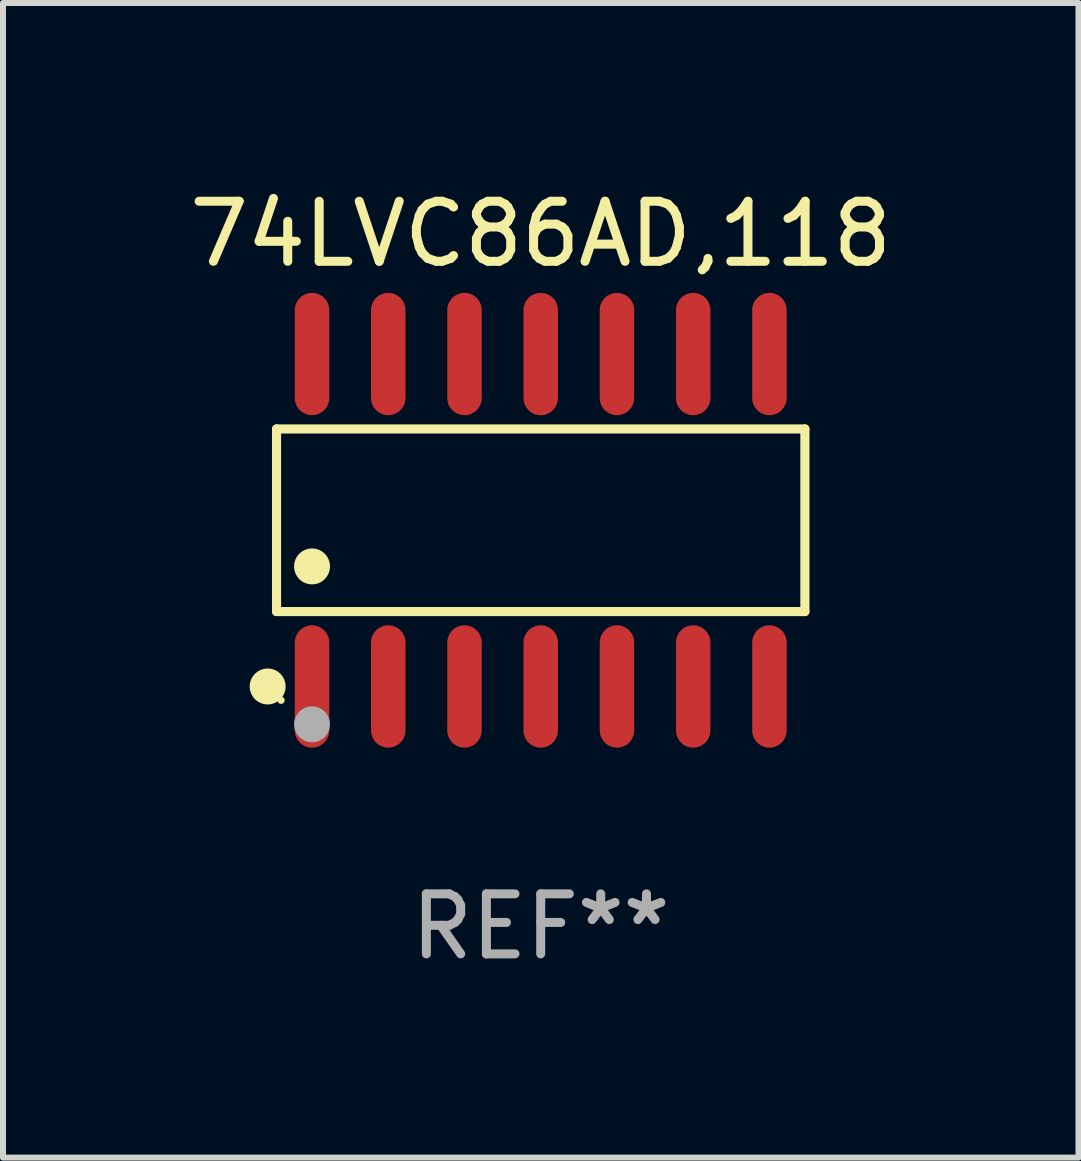
<source format=kicad_pcb>
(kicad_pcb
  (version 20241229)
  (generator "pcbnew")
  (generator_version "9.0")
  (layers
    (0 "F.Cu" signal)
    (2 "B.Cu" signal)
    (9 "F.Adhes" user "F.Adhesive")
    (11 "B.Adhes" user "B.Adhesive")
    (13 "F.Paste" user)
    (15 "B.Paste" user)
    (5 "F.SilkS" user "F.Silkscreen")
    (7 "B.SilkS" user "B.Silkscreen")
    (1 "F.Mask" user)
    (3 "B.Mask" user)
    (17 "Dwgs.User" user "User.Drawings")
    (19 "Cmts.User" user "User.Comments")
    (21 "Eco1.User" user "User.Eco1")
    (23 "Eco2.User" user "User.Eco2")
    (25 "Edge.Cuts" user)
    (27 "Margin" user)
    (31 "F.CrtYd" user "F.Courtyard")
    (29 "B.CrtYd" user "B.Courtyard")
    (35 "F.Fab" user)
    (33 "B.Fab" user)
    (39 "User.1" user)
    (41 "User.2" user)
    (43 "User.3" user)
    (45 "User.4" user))
  (footprint "74LVC86AD,118"
    (layer "F.Cu")
    (at 5.958 5.617)
    (property "Reference" "74LVC86AD,118" (at 0 -4.769 0) (layer "F.SilkS") (effects (font (size 1 1) (thickness 0.15))))
    (attr through_hole)
    (fp_line (start -4.401 -1.521) (end 4.401 -1.521) (stroke (width 0.152) (type solid)) (layer "F.SilkS"))
    (fp_line (start -4.401 1.521) (end -4.401 -1.521) (stroke (width 0.152) (type solid)) (layer "F.SilkS"))
    (fp_line (start 4.401 -1.521) (end 4.401 1.521) (stroke (width 0.152) (type solid)) (layer "F.SilkS"))
    (fp_line (start 4.401 1.521) (end -4.401 1.521) (stroke (width 0.152) (type solid)) (layer "F.SilkS"))
    (fp_circle (center -4.549 2.769) (end -4.399 2.769) (stroke (width 0.3) (type solid)) (fill no) (layer "F.SilkS"))
    (fp_circle (center -4.325 3) (end -4.295 3) (stroke (width 0.06) (type solid)) (fill no) (layer "F.SilkS"))
    (fp_circle (center -3.81 0.769) (end -3.66 0.769) (stroke (width 0.3) (type solid)) (fill no) (layer "F.SilkS"))
    (fp_circle (center -3.81 3.4) (end -3.66 3.4) (stroke (width 0.3) (type solid)) (fill no) (layer "F.Fab"))
    (fp_text user "REF**" (at 0 6.769 0) (layer "F.Fab") (effects (font (size 1 1) (thickness 0.15))))
    (pad "1" smd oval (at -3.81 2.769) (size 0.574 2.038) (layers "F.Cu" "F.Mask" "F.Paste"))
    (pad "2" smd oval (at -2.54 2.769) (size 0.574 2.038) (layers "F.Cu" "F.Mask" "F.Paste"))
    (pad "3" smd oval (at -1.27 2.769) (size 0.574 2.038) (layers "F.Cu" "F.Mask" "F.Paste"))
    (pad "4" smd oval (at 0 2.769) (size 0.574 2.038) (layers "F.Cu" "F.Mask" "F.Paste"))
    (pad "5" smd oval (at 1.27 2.769) (size 0.574 2.038) (layers "F.Cu" "F.Mask" "F.Paste"))
    (pad "6" smd oval (at 2.54 2.769) (size 0.574 2.038) (layers "F.Cu" "F.Mask" "F.Paste"))
    (pad "7" smd oval (at 3.81 2.769) (size 0.574 2.038) (layers "F.Cu" "F.Mask" "F.Paste"))
    (pad "8" smd oval (at 3.81 -2.769) (size 0.574 2.038) (layers "F.Cu" "F.Mask" "F.Paste"))
    (pad "9" smd oval (at 2.54 -2.769) (size 0.574 2.038) (layers "F.Cu" "F.Mask" "F.Paste"))
    (pad "10" smd oval (at 1.27 -2.769) (size 0.574 2.038) (layers "F.Cu" "F.Mask" "F.Paste"))
    (pad "11" smd oval (at 0 -2.769) (size 0.574 2.038) (layers "F.Cu" "F.Mask" "F.Paste"))
    (pad "12" smd oval (at -1.27 -2.769) (size 0.574 2.038) (layers "F.Cu" "F.Mask" "F.Paste"))
    (pad "13" smd oval (at -2.54 -2.769) (size 0.574 2.038) (layers "F.Cu" "F.Mask" "F.Paste"))
    (pad "14" smd oval (at -3.81 -2.769) (size 0.574 2.038) (layers "F.Cu" "F.Mask" "F.Paste")))
  (gr_rect
    (start -3 -3)
    (end 14.917 16.235)
    (stroke (width 0.1) (type default))
    (fill no)
    (layer "Edge.Cuts")))
</source>
